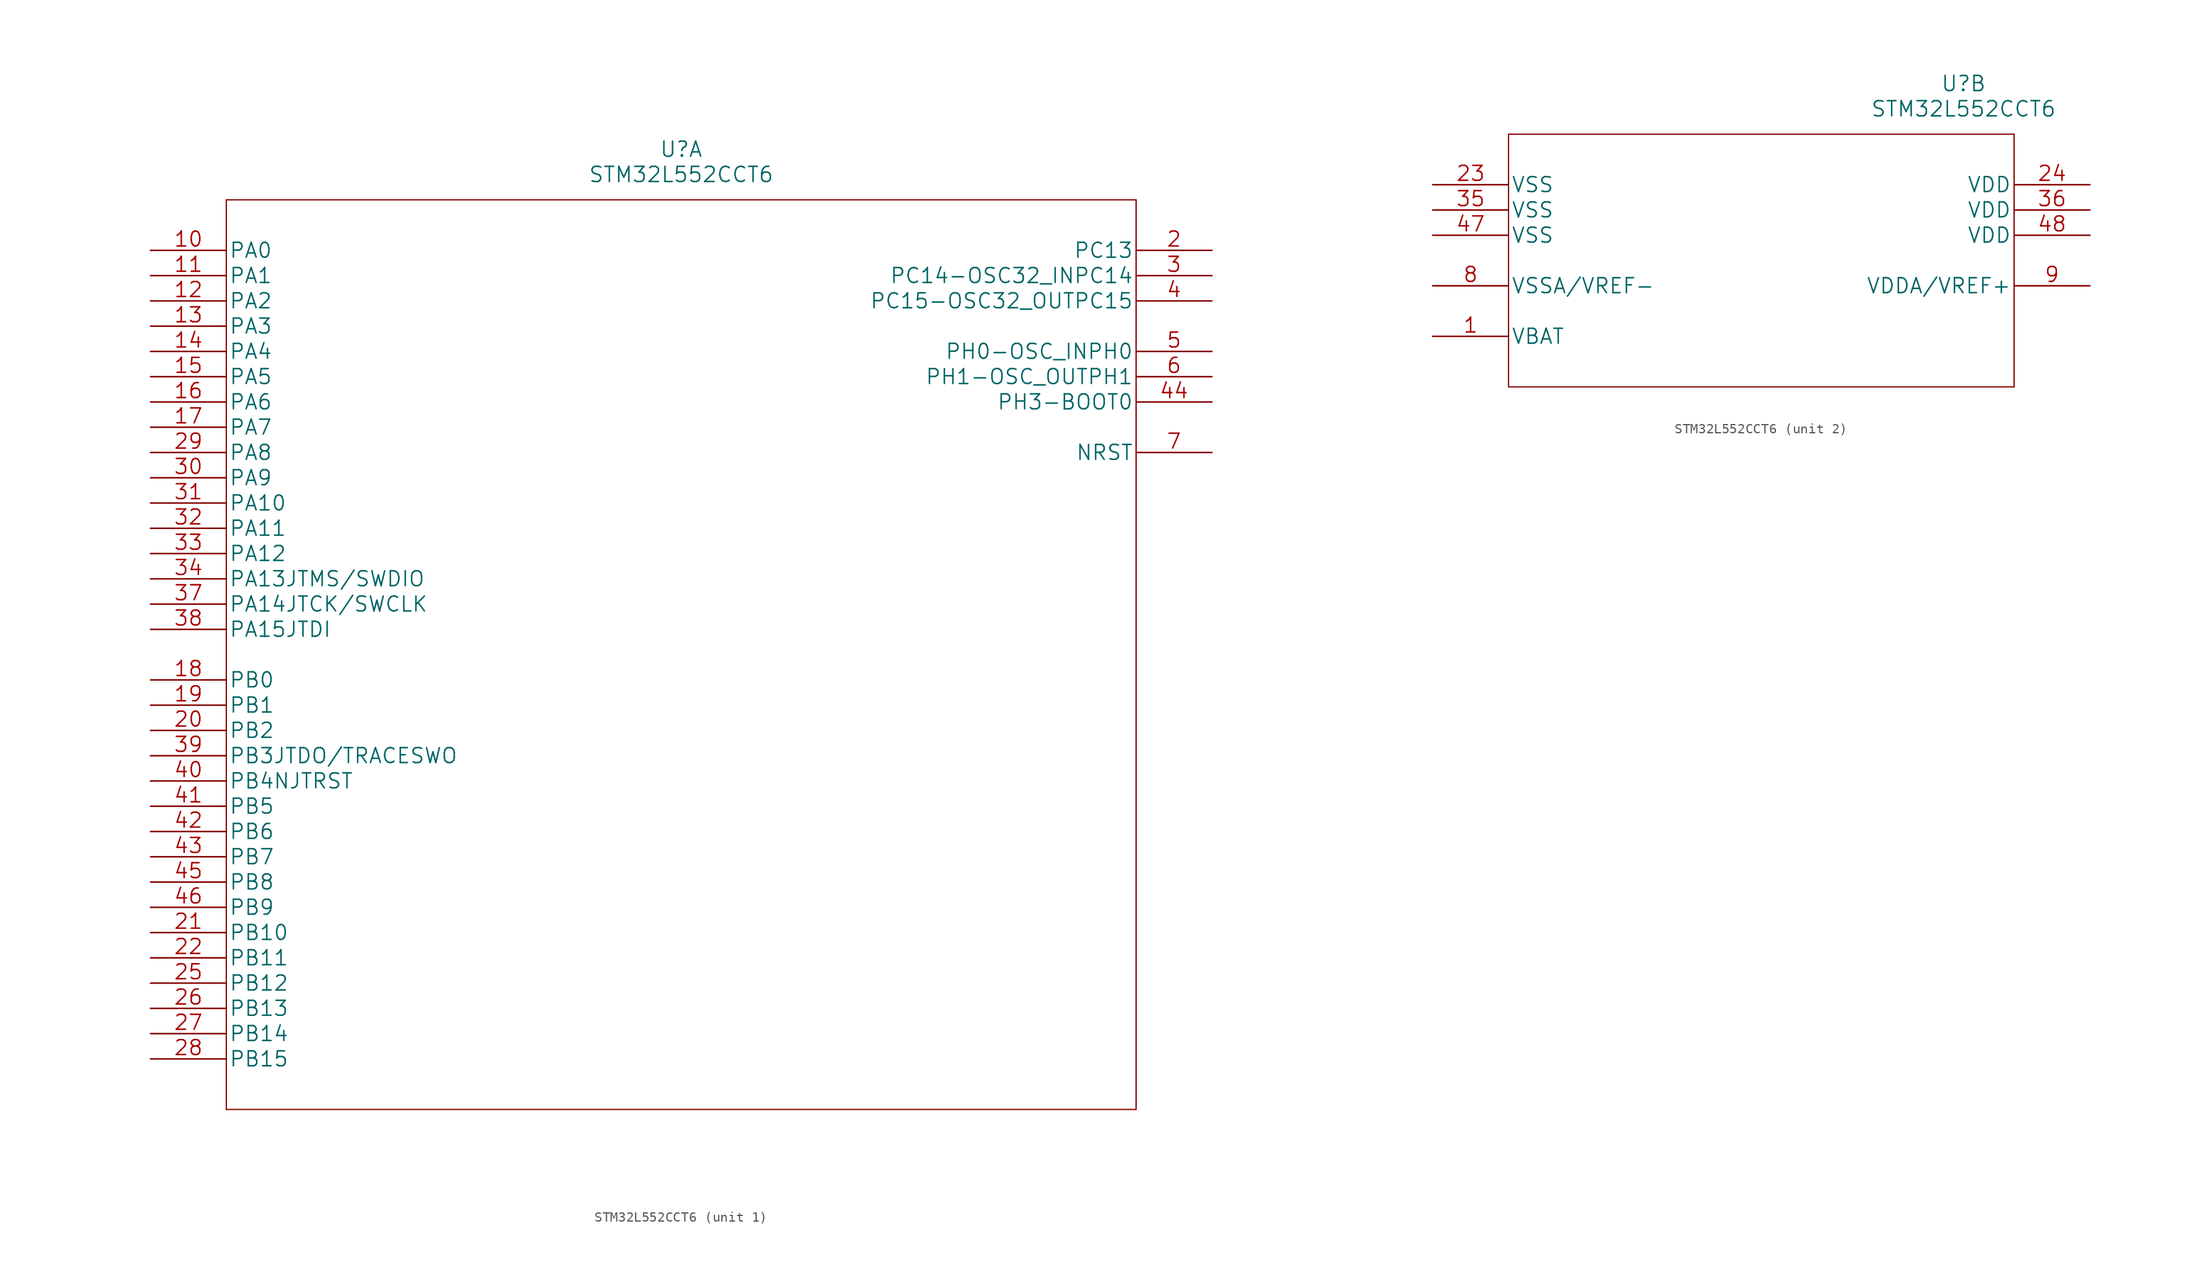
<source format=kicad_sym>
(kicad_symbol_lib
  (version 20201005)
  (generator kicad_symbol_editor)
  (symbol "STM32L552CCT6"
    (pin_names
      (offset 0.254))
    (property "Reference" "U"
      (at 53.34 10.16 0)
      (effects (font (size 1.524 1.524))))
    (property "Value" "STM32L552CCT6"
      (at 53.34 7.62 0)
      (effects (font (size 1.524 1.524))))
    (property "Datasheet" ""
      (at 0 0 0)
      (effects (font (size 1.524 1.524))))
    (symbol "STM32L552CCT6_1_1"
      (polyline (pts (xy 7.62 -86.36) (xy 99.06 -86.36)) (stroke (width 0.127)) (fill (type none)))
      (polyline (pts (xy 7.62 5.08) (xy 7.62 -86.36)) (stroke (width 0.127)) (fill (type none)))
      (polyline (pts (xy 99.06 -86.36) (xy 99.06 5.08)) (stroke (width 0.127)) (fill (type none)))
      (polyline (pts (xy 99.06 5.08) (xy 7.62 5.08)) (stroke (width 0.127)) (fill (type none)))
      (pin bidirectional line (at 0 0 0) (length 7.62) (name "PA0" (effects (font (size 1.499 1.499)))) (number "10" (effects (font (size 1.499 1.499)))))
      (pin bidirectional line (at 0 -2.54 0) (length 7.62) (name "PA1" (effects (font (size 1.499 1.499)))) (number "11" (effects (font (size 1.499 1.499)))))
      (pin bidirectional line (at 0 -5.08 0) (length 7.62) (name "PA2" (effects (font (size 1.499 1.499)))) (number "12" (effects (font (size 1.499 1.499)))))
      (pin bidirectional line (at 0 -7.62 0) (length 7.62) (name "PA3" (effects (font (size 1.499 1.499)))) (number "13" (effects (font (size 1.499 1.499)))))
      (pin bidirectional line (at 0 -10.16 0) (length 7.62) (name "PA4" (effects (font (size 1.499 1.499)))) (number "14" (effects (font (size 1.499 1.499)))))
      (pin bidirectional line (at 0 -12.7 0) (length 7.62) (name "PA5" (effects (font (size 1.499 1.499)))) (number "15" (effects (font (size 1.499 1.499)))))
      (pin bidirectional line (at 0 -15.24 0) (length 7.62) (name "PA6" (effects (font (size 1.499 1.499)))) (number "16" (effects (font (size 1.499 1.499)))))
      (pin bidirectional line (at 0 -17.78 0) (length 7.62) (name "PA7" (effects (font (size 1.499 1.499)))) (number "17" (effects (font (size 1.499 1.499)))))
      (pin bidirectional line (at 0 -43.18 0) (length 7.62) (name "PB0" (effects (font (size 1.499 1.499)))) (number "18" (effects (font (size 1.499 1.499)))))
      (pin bidirectional line (at 0 -45.72 0) (length 7.62) (name "PB1" (effects (font (size 1.499 1.499)))) (number "19" (effects (font (size 1.499 1.499)))))
      (pin bidirectional line (at 106.68 0 180) (length 7.62) (name "PC13" (effects (font (size 1.499 1.499)))) (number "2" (effects (font (size 1.499 1.499)))))
      (pin bidirectional line (at 0 -48.26 0) (length 7.62) (name "PB2" (effects (font (size 1.499 1.499)))) (number "20" (effects (font (size 1.499 1.499)))))
      (pin bidirectional line (at 0 -68.58 0) (length 7.62) (name "PB10" (effects (font (size 1.499 1.499)))) (number "21" (effects (font (size 1.499 1.499)))))
      (pin bidirectional line (at 0 -71.12 0) (length 7.62) (name "PB11" (effects (font (size 1.499 1.499)))) (number "22" (effects (font (size 1.499 1.499)))))
      (pin bidirectional line (at 0 -73.66 0) (length 7.62) (name "PB12" (effects (font (size 1.499 1.499)))) (number "25" (effects (font (size 1.499 1.499)))))
      (pin bidirectional line (at 0 -76.2 0) (length 7.62) (name "PB13" (effects (font (size 1.499 1.499)))) (number "26" (effects (font (size 1.499 1.499)))))
      (pin bidirectional line (at 0 -78.74 0) (length 7.62) (name "PB14" (effects (font (size 1.499 1.499)))) (number "27" (effects (font (size 1.499 1.499)))))
      (pin bidirectional line (at 0 -81.28 0) (length 7.62) (name "PB15" (effects (font (size 1.499 1.499)))) (number "28" (effects (font (size 1.499 1.499)))))
      (pin bidirectional line (at 0 -20.32 0) (length 7.62) (name "PA8" (effects (font (size 1.499 1.499)))) (number "29" (effects (font (size 1.499 1.499)))))
      (pin bidirectional line (at 106.68 -2.54 180) (length 7.62) (name "PC14-OSC32_INPC14" (effects (font (size 1.499 1.499)))) (number "3" (effects (font (size 1.499 1.499)))))
      (pin bidirectional line (at 0 -22.86 0) (length 7.62) (name "PA9" (effects (font (size 1.499 1.499)))) (number "30" (effects (font (size 1.499 1.499)))))
      (pin bidirectional line (at 0 -25.4 0) (length 7.62) (name "PA10" (effects (font (size 1.499 1.499)))) (number "31" (effects (font (size 1.499 1.499)))))
      (pin bidirectional line (at 0 -27.94 0) (length 7.62) (name "PA11" (effects (font (size 1.499 1.499)))) (number "32" (effects (font (size 1.499 1.499)))))
      (pin bidirectional line (at 0 -30.48 0) (length 7.62) (name "PA12" (effects (font (size 1.499 1.499)))) (number "33" (effects (font (size 1.499 1.499)))))
      (pin bidirectional line (at 0 -33.02 0) (length 7.62) (name "PA13JTMS/SWDIO" (effects (font (size 1.499 1.499)))) (number "34" (effects (font (size 1.499 1.499)))))
      (pin bidirectional line (at 0 -35.56 0) (length 7.62) (name "PA14JTCK/SWCLK" (effects (font (size 1.499 1.499)))) (number "37" (effects (font (size 1.499 1.499)))))
      (pin bidirectional line (at 0 -38.1 0) (length 7.62) (name "PA15JTDI" (effects (font (size 1.499 1.499)))) (number "38" (effects (font (size 1.499 1.499)))))
      (pin bidirectional line (at 0 -50.8 0) (length 7.62) (name "PB3JTDO/TRACESWO" (effects (font (size 1.499 1.499)))) (number "39" (effects (font (size 1.499 1.499)))))
      (pin bidirectional line (at 106.68 -5.08 180) (length 7.62) (name "PC15-OSC32_OUTPC15" (effects (font (size 1.499 1.499)))) (number "4" (effects (font (size 1.499 1.499)))))
      (pin bidirectional line (at 0 -53.34 0) (length 7.62) (name "PB4NJTRST" (effects (font (size 1.499 1.499)))) (number "40" (effects (font (size 1.499 1.499)))))
      (pin bidirectional line (at 0 -55.88 0) (length 7.62) (name "PB5" (effects (font (size 1.499 1.499)))) (number "41" (effects (font (size 1.499 1.499)))))
      (pin bidirectional line (at 0 -58.42 0) (length 7.62) (name "PB6" (effects (font (size 1.499 1.499)))) (number "42" (effects (font (size 1.499 1.499)))))
      (pin bidirectional line (at 0 -60.96 0) (length 7.62) (name "PB7" (effects (font (size 1.499 1.499)))) (number "43" (effects (font (size 1.499 1.499)))))
      (pin bidirectional line (at 106.68 -15.24 180) (length 7.62) (name "PH3-BOOT0" (effects (font (size 1.499 1.499)))) (number "44" (effects (font (size 1.499 1.499)))))
      (pin bidirectional line (at 0 -63.5 0) (length 7.62) (name "PB8" (effects (font (size 1.499 1.499)))) (number "45" (effects (font (size 1.499 1.499)))))
      (pin bidirectional line (at 0 -66.04 0) (length 7.62) (name "PB9" (effects (font (size 1.499 1.499)))) (number "46" (effects (font (size 1.499 1.499)))))
      (pin bidirectional line (at 106.68 -10.16 180) (length 7.62) (name "PH0-OSC_INPH0" (effects (font (size 1.499 1.499)))) (number "5" (effects (font (size 1.499 1.499)))))
      (pin bidirectional line (at 106.68 -12.7 180) (length 7.62) (name "PH1-OSC_OUTPH1" (effects (font (size 1.499 1.499)))) (number "6" (effects (font (size 1.499 1.499)))))
      (pin bidirectional line (at 106.68 -20.32 180) (length 7.62) (name "NRST" (effects (font (size 1.499 1.499)))) (number "7" (effects (font (size 1.499 1.499))))))
    (symbol "STM32L552CCT6_2_1"
      (polyline (pts (xy 7.62 -20.32) (xy 58.42 -20.32)) (stroke (width 0.127)) (fill (type none)))
      (polyline (pts (xy 7.62 5.08) (xy 7.62 -20.32)) (stroke (width 0.127)) (fill (type none)))
      (polyline (pts (xy 58.42 -20.32) (xy 58.42 5.08)) (stroke (width 0.127)) (fill (type none)))
      (polyline (pts (xy 58.42 5.08) (xy 7.62 5.08)) (stroke (width 0.127)) (fill (type none)))
      (pin power_in line (at 0 -15.24 0) (length 7.62) (name "VBAT" (effects (font (size 1.499 1.499)))) (number "1" (effects (font (size 1.499 1.499)))))
      (pin power_in line (at 0 0 0) (length 7.62) (name "VSS" (effects (font (size 1.499 1.499)))) (number "23" (effects (font (size 1.499 1.499)))))
      (pin power_in line (at 66.04 0 180) (length 7.62) (name "VDD" (effects (font (size 1.499 1.499)))) (number "24" (effects (font (size 1.499 1.499)))))
      (pin power_in line (at 0 -2.54 0) (length 7.62) (name "VSS" (effects (font (size 1.499 1.499)))) (number "35" (effects (font (size 1.499 1.499)))))
      (pin power_in line (at 66.04 -2.54 180) (length 7.62) (name "VDD" (effects (font (size 1.499 1.499)))) (number "36" (effects (font (size 1.499 1.499)))))
      (pin power_in line (at 0 -5.08 0) (length 7.62) (name "VSS" (effects (font (size 1.499 1.499)))) (number "47" (effects (font (size 1.499 1.499)))))
      (pin power_in line (at 66.04 -5.08 180) (length 7.62) (name "VDD" (effects (font (size 1.499 1.499)))) (number "48" (effects (font (size 1.499 1.499)))))
      (pin power_in line (at 0 -10.16 0) (length 7.62) (name "VSSA/VREF-" (effects (font (size 1.499 1.499)))) (number "8" (effects (font (size 1.499 1.499)))))
      (pin power_in line (at 66.04 -10.16 180) (length 7.62) (name "VDDA/VREF+" (effects (font (size 1.499 1.499)))) (number "9" (effects (font (size 1.499 1.499))))))))
</source>
